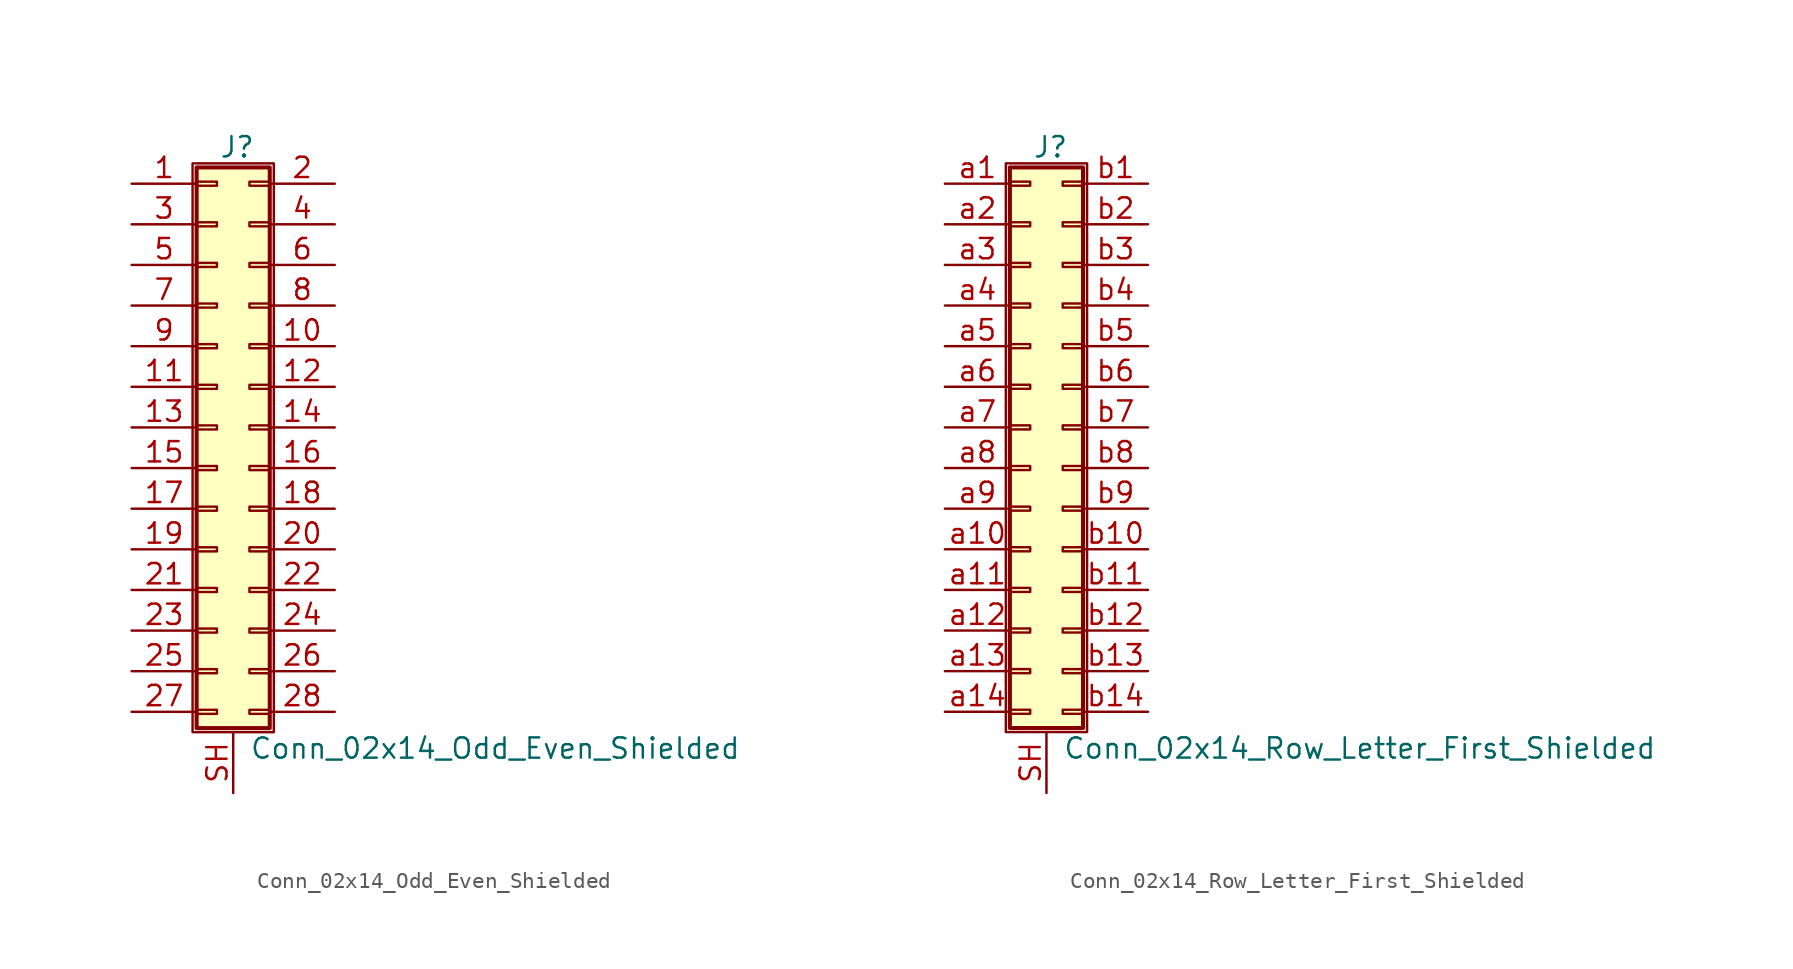
<source format=kicad_sym>
(kicad_symbol_lib
  (version 20201005)
  (generator kicad_symbol_editor)
  (symbol "Conn_02x14_Odd_Even_Shielded"
    (pin_names
      (offset 1.016) hide)
    (property "Reference" "J"
      (at 1.524 17.526 0)
      (effects (font (size 1.27 1.27))))
    (property "Value" "Conn_02x14_Odd_Even_Shielded"
      (at 2.286 -20.066 0)
      (effects (font (size 1.27 1.27)) (justify left)))
    (symbol "Conn_02x14_Odd_Even_Shielded_1_1"
      (rectangle (start -1.27 16.51) (end 3.81 -19.05) (stroke (width 0.152)) (fill (type none)))
      (rectangle (start -1.016 -17.653) (end 0.254 -17.907) (stroke (width 0.152)) (fill (type none)))
      (rectangle (start -1.016 -15.113) (end 0.254 -15.367) (stroke (width 0.152)) (fill (type none)))
      (rectangle (start -1.016 -12.573) (end 0.254 -12.827) (stroke (width 0.152)) (fill (type none)))
      (rectangle (start -1.016 -10.033) (end 0.254 -10.287) (stroke (width 0.152)) (fill (type none)))
      (rectangle (start -1.016 -7.493) (end 0.254 -7.747) (stroke (width 0.152)) (fill (type none)))
      (rectangle (start -1.016 -4.953) (end 0.254 -5.207) (stroke (width 0.152)) (fill (type none)))
      (rectangle (start -1.016 -2.413) (end 0.254 -2.667) (stroke (width 0.152)) (fill (type none)))
      (rectangle (start -1.016 0.127) (end 0.254 -0.127) (stroke (width 0.152)) (fill (type none)))
      (rectangle (start -1.016 2.667) (end 0.254 2.413) (stroke (width 0.152)) (fill (type none)))
      (rectangle (start -1.016 5.207) (end 0.254 4.953) (stroke (width 0.152)) (fill (type none)))
      (rectangle (start -1.016 7.747) (end 0.254 7.493) (stroke (width 0.152)) (fill (type none)))
      (rectangle (start -1.016 10.287) (end 0.254 10.033) (stroke (width 0.152)) (fill (type none)))
      (rectangle (start -1.016 12.827) (end 0.254 12.573) (stroke (width 0.152)) (fill (type none)))
      (rectangle (start -1.016 15.367) (end 0.254 15.113) (stroke (width 0.152)) (fill (type none)))
      (rectangle (start -1.016 16.256) (end 3.556 -18.796) (stroke (width 0.254)) (fill (type background)))
      (rectangle (start 3.556 -17.653) (end 2.286 -17.907) (stroke (width 0.152)) (fill (type none)))
      (rectangle (start 3.556 -15.113) (end 2.286 -15.367) (stroke (width 0.152)) (fill (type none)))
      (rectangle (start 3.556 -12.573) (end 2.286 -12.827) (stroke (width 0.152)) (fill (type none)))
      (rectangle (start 3.556 -10.033) (end 2.286 -10.287) (stroke (width 0.152)) (fill (type none)))
      (rectangle (start 3.556 -7.493) (end 2.286 -7.747) (stroke (width 0.152)) (fill (type none)))
      (rectangle (start 3.556 -4.953) (end 2.286 -5.207) (stroke (width 0.152)) (fill (type none)))
      (rectangle (start 3.556 -2.413) (end 2.286 -2.667) (stroke (width 0.152)) (fill (type none)))
      (rectangle (start 3.556 0.127) (end 2.286 -0.127) (stroke (width 0.152)) (fill (type none)))
      (rectangle (start 3.556 2.667) (end 2.286 2.413) (stroke (width 0.152)) (fill (type none)))
      (rectangle (start 3.556 5.207) (end 2.286 4.953) (stroke (width 0.152)) (fill (type none)))
      (rectangle (start 3.556 7.747) (end 2.286 7.493) (stroke (width 0.152)) (fill (type none)))
      (rectangle (start 3.556 10.287) (end 2.286 10.033) (stroke (width 0.152)) (fill (type none)))
      (rectangle (start 3.556 12.827) (end 2.286 12.573) (stroke (width 0.152)) (fill (type none)))
      (rectangle (start 3.556 15.367) (end 2.286 15.113) (stroke (width 0.152)) (fill (type none)))
      (pin passive line (at -5.08 15.24 0) (length 4.064) (name "Pin_1" (effects (font (size 1.27 1.27)))) (number "1" (effects (font (size 1.27 1.27)))))
      (pin passive line (at 7.62 5.08 180) (length 4.064) (name "Pin_10" (effects (font (size 1.27 1.27)))) (number "10" (effects (font (size 1.27 1.27)))))
      (pin passive line (at -5.08 2.54 0) (length 4.064) (name "Pin_11" (effects (font (size 1.27 1.27)))) (number "11" (effects (font (size 1.27 1.27)))))
      (pin passive line (at 7.62 2.54 180) (length 4.064) (name "Pin_12" (effects (font (size 1.27 1.27)))) (number "12" (effects (font (size 1.27 1.27)))))
      (pin passive line (at -5.08 0 0) (length 4.064) (name "Pin_13" (effects (font (size 1.27 1.27)))) (number "13" (effects (font (size 1.27 1.27)))))
      (pin passive line (at 7.62 0 180) (length 4.064) (name "Pin_14" (effects (font (size 1.27 1.27)))) (number "14" (effects (font (size 1.27 1.27)))))
      (pin passive line (at -5.08 -2.54 0) (length 4.064) (name "Pin_15" (effects (font (size 1.27 1.27)))) (number "15" (effects (font (size 1.27 1.27)))))
      (pin passive line (at 7.62 -2.54 180) (length 4.064) (name "Pin_16" (effects (font (size 1.27 1.27)))) (number "16" (effects (font (size 1.27 1.27)))))
      (pin passive line (at -5.08 -5.08 0) (length 4.064) (name "Pin_17" (effects (font (size 1.27 1.27)))) (number "17" (effects (font (size 1.27 1.27)))))
      (pin passive line (at 7.62 -5.08 180) (length 4.064) (name "Pin_18" (effects (font (size 1.27 1.27)))) (number "18" (effects (font (size 1.27 1.27)))))
      (pin passive line (at -5.08 -7.62 0) (length 4.064) (name "Pin_19" (effects (font (size 1.27 1.27)))) (number "19" (effects (font (size 1.27 1.27)))))
      (pin passive line (at 7.62 15.24 180) (length 4.064) (name "Pin_2" (effects (font (size 1.27 1.27)))) (number "2" (effects (font (size 1.27 1.27)))))
      (pin passive line (at 7.62 -7.62 180) (length 4.064) (name "Pin_20" (effects (font (size 1.27 1.27)))) (number "20" (effects (font (size 1.27 1.27)))))
      (pin passive line (at -5.08 -10.16 0) (length 4.064) (name "Pin_21" (effects (font (size 1.27 1.27)))) (number "21" (effects (font (size 1.27 1.27)))))
      (pin passive line (at 7.62 -10.16 180) (length 4.064) (name "Pin_22" (effects (font (size 1.27 1.27)))) (number "22" (effects (font (size 1.27 1.27)))))
      (pin passive line (at -5.08 -12.7 0) (length 4.064) (name "Pin_23" (effects (font (size 1.27 1.27)))) (number "23" (effects (font (size 1.27 1.27)))))
      (pin passive line (at 7.62 -12.7 180) (length 4.064) (name "Pin_24" (effects (font (size 1.27 1.27)))) (number "24" (effects (font (size 1.27 1.27)))))
      (pin passive line (at -5.08 -15.24 0) (length 4.064) (name "Pin_25" (effects (font (size 1.27 1.27)))) (number "25" (effects (font (size 1.27 1.27)))))
      (pin passive line (at 7.62 -15.24 180) (length 4.064) (name "Pin_26" (effects (font (size 1.27 1.27)))) (number "26" (effects (font (size 1.27 1.27)))))
      (pin passive line (at -5.08 -17.78 0) (length 4.064) (name "Pin_27" (effects (font (size 1.27 1.27)))) (number "27" (effects (font (size 1.27 1.27)))))
      (pin passive line (at 7.62 -17.78 180) (length 4.064) (name "Pin_28" (effects (font (size 1.27 1.27)))) (number "28" (effects (font (size 1.27 1.27)))))
      (pin passive line (at -5.08 12.7 0) (length 4.064) (name "Pin_3" (effects (font (size 1.27 1.27)))) (number "3" (effects (font (size 1.27 1.27)))))
      (pin passive line (at 7.62 12.7 180) (length 4.064) (name "Pin_4" (effects (font (size 1.27 1.27)))) (number "4" (effects (font (size 1.27 1.27)))))
      (pin passive line (at -5.08 10.16 0) (length 4.064) (name "Pin_5" (effects (font (size 1.27 1.27)))) (number "5" (effects (font (size 1.27 1.27)))))
      (pin passive line (at 7.62 10.16 180) (length 4.064) (name "Pin_6" (effects (font (size 1.27 1.27)))) (number "6" (effects (font (size 1.27 1.27)))))
      (pin passive line (at -5.08 7.62 0) (length 4.064) (name "Pin_7" (effects (font (size 1.27 1.27)))) (number "7" (effects (font (size 1.27 1.27)))))
      (pin passive line (at 7.62 7.62 180) (length 4.064) (name "Pin_8" (effects (font (size 1.27 1.27)))) (number "8" (effects (font (size 1.27 1.27)))))
      (pin passive line (at -5.08 5.08 0) (length 4.064) (name "Pin_9" (effects (font (size 1.27 1.27)))) (number "9" (effects (font (size 1.27 1.27)))))
      (pin passive line (at 1.27 -22.86 90) (length 3.81) (name "Shield" (effects (font (size 1.27 1.27)))) (number "SH" (effects (font (size 1.27 1.27)))))))
  (symbol "Conn_02x14_Row_Letter_First_Shielded"
    (pin_names
      (offset 1.016) hide)
    (property "Reference" "J"
      (at 1.524 17.526 0)
      (effects (font (size 1.27 1.27))))
    (property "Value" "Conn_02x14_Row_Letter_First_Shielded"
      (at 2.286 -20.066 0)
      (effects (font (size 1.27 1.27)) (justify left)))
    (symbol "Conn_02x14_Row_Letter_First_Shielded_1_1"
      (rectangle (start -1.27 16.51) (end 3.81 -19.05) (stroke (width 0.152)) (fill (type none)))
      (rectangle (start -1.016 -17.653) (end 0.254 -17.907) (stroke (width 0.152)) (fill (type none)))
      (rectangle (start -1.016 -15.113) (end 0.254 -15.367) (stroke (width 0.152)) (fill (type none)))
      (rectangle (start -1.016 -12.573) (end 0.254 -12.827) (stroke (width 0.152)) (fill (type none)))
      (rectangle (start -1.016 -10.033) (end 0.254 -10.287) (stroke (width 0.152)) (fill (type none)))
      (rectangle (start -1.016 -7.493) (end 0.254 -7.747) (stroke (width 0.152)) (fill (type none)))
      (rectangle (start -1.016 -4.953) (end 0.254 -5.207) (stroke (width 0.152)) (fill (type none)))
      (rectangle (start -1.016 -2.413) (end 0.254 -2.667) (stroke (width 0.152)) (fill (type none)))
      (rectangle (start -1.016 0.127) (end 0.254 -0.127) (stroke (width 0.152)) (fill (type none)))
      (rectangle (start -1.016 2.667) (end 0.254 2.413) (stroke (width 0.152)) (fill (type none)))
      (rectangle (start -1.016 5.207) (end 0.254 4.953) (stroke (width 0.152)) (fill (type none)))
      (rectangle (start -1.016 7.747) (end 0.254 7.493) (stroke (width 0.152)) (fill (type none)))
      (rectangle (start -1.016 10.287) (end 0.254 10.033) (stroke (width 0.152)) (fill (type none)))
      (rectangle (start -1.016 12.827) (end 0.254 12.573) (stroke (width 0.152)) (fill (type none)))
      (rectangle (start -1.016 15.367) (end 0.254 15.113) (stroke (width 0.152)) (fill (type none)))
      (rectangle (start -1.016 16.256) (end 3.556 -18.796) (stroke (width 0.254)) (fill (type background)))
      (rectangle (start 3.556 -17.653) (end 2.286 -17.907) (stroke (width 0.152)) (fill (type none)))
      (rectangle (start 3.556 -15.113) (end 2.286 -15.367) (stroke (width 0.152)) (fill (type none)))
      (rectangle (start 3.556 -12.573) (end 2.286 -12.827) (stroke (width 0.152)) (fill (type none)))
      (rectangle (start 3.556 -10.033) (end 2.286 -10.287) (stroke (width 0.152)) (fill (type none)))
      (rectangle (start 3.556 -7.493) (end 2.286 -7.747) (stroke (width 0.152)) (fill (type none)))
      (rectangle (start 3.556 -4.953) (end 2.286 -5.207) (stroke (width 0.152)) (fill (type none)))
      (rectangle (start 3.556 -2.413) (end 2.286 -2.667) (stroke (width 0.152)) (fill (type none)))
      (rectangle (start 3.556 0.127) (end 2.286 -0.127) (stroke (width 0.152)) (fill (type none)))
      (rectangle (start 3.556 2.667) (end 2.286 2.413) (stroke (width 0.152)) (fill (type none)))
      (rectangle (start 3.556 5.207) (end 2.286 4.953) (stroke (width 0.152)) (fill (type none)))
      (rectangle (start 3.556 7.747) (end 2.286 7.493) (stroke (width 0.152)) (fill (type none)))
      (rectangle (start 3.556 10.287) (end 2.286 10.033) (stroke (width 0.152)) (fill (type none)))
      (rectangle (start 3.556 12.827) (end 2.286 12.573) (stroke (width 0.152)) (fill (type none)))
      (rectangle (start 3.556 15.367) (end 2.286 15.113) (stroke (width 0.152)) (fill (type none)))
      (pin passive line (at 1.27 -22.86 90) (length 3.81) (name "Shield" (effects (font (size 1.27 1.27)))) (number "SH" (effects (font (size 1.27 1.27)))))
      (pin passive line (at -5.08 15.24 0) (length 4.064) (name "Pin_a1" (effects (font (size 1.27 1.27)))) (number "a1" (effects (font (size 1.27 1.27)))))
      (pin passive line (at -5.08 -7.62 0) (length 4.064) (name "Pin_a10" (effects (font (size 1.27 1.27)))) (number "a10" (effects (font (size 1.27 1.27)))))
      (pin passive line (at -5.08 -10.16 0) (length 4.064) (name "Pin_a11" (effects (font (size 1.27 1.27)))) (number "a11" (effects (font (size 1.27 1.27)))))
      (pin passive line (at -5.08 -12.7 0) (length 4.064) (name "Pin_a12" (effects (font (size 1.27 1.27)))) (number "a12" (effects (font (size 1.27 1.27)))))
      (pin passive line (at -5.08 -15.24 0) (length 4.064) (name "Pin_a13" (effects (font (size 1.27 1.27)))) (number "a13" (effects (font (size 1.27 1.27)))))
      (pin passive line (at -5.08 -17.78 0) (length 4.064) (name "Pin_a14" (effects (font (size 1.27 1.27)))) (number "a14" (effects (font (size 1.27 1.27)))))
      (pin passive line (at -5.08 12.7 0) (length 4.064) (name "Pin_a2" (effects (font (size 1.27 1.27)))) (number "a2" (effects (font (size 1.27 1.27)))))
      (pin passive line (at -5.08 10.16 0) (length 4.064) (name "Pin_a3" (effects (font (size 1.27 1.27)))) (number "a3" (effects (font (size 1.27 1.27)))))
      (pin passive line (at -5.08 7.62 0) (length 4.064) (name "Pin_a4" (effects (font (size 1.27 1.27)))) (number "a4" (effects (font (size 1.27 1.27)))))
      (pin passive line (at -5.08 5.08 0) (length 4.064) (name "Pin_a5" (effects (font (size 1.27 1.27)))) (number "a5" (effects (font (size 1.27 1.27)))))
      (pin passive line (at -5.08 2.54 0) (length 4.064) (name "Pin_a6" (effects (font (size 1.27 1.27)))) (number "a6" (effects (font (size 1.27 1.27)))))
      (pin passive line (at -5.08 0 0) (length 4.064) (name "Pin_a7" (effects (font (size 1.27 1.27)))) (number "a7" (effects (font (size 1.27 1.27)))))
      (pin passive line (at -5.08 -2.54 0) (length 4.064) (name "Pin_a8" (effects (font (size 1.27 1.27)))) (number "a8" (effects (font (size 1.27 1.27)))))
      (pin passive line (at -5.08 -5.08 0) (length 4.064) (name "Pin_a9" (effects (font (size 1.27 1.27)))) (number "a9" (effects (font (size 1.27 1.27)))))
      (pin passive line (at 7.62 15.24 180) (length 4.064) (name "Pin_b1" (effects (font (size 1.27 1.27)))) (number "b1" (effects (font (size 1.27 1.27)))))
      (pin passive line (at 7.62 -7.62 180) (length 4.064) (name "Pin_b10" (effects (font (size 1.27 1.27)))) (number "b10" (effects (font (size 1.27 1.27)))))
      (pin passive line (at 7.62 -10.16 180) (length 4.064) (name "Pin_b11" (effects (font (size 1.27 1.27)))) (number "b11" (effects (font (size 1.27 1.27)))))
      (pin passive line (at 7.62 -12.7 180) (length 4.064) (name "Pin_b12" (effects (font (size 1.27 1.27)))) (number "b12" (effects (font (size 1.27 1.27)))))
      (pin passive line (at 7.62 -15.24 180) (length 4.064) (name "Pin_b13" (effects (font (size 1.27 1.27)))) (number "b13" (effects (font (size 1.27 1.27)))))
      (pin passive line (at 7.62 -17.78 180) (length 4.064) (name "Pin_b14" (effects (font (size 1.27 1.27)))) (number "b14" (effects (font (size 1.27 1.27)))))
      (pin passive line (at 7.62 12.7 180) (length 4.064) (name "Pin_b2" (effects (font (size 1.27 1.27)))) (number "b2" (effects (font (size 1.27 1.27)))))
      (pin passive line (at 7.62 10.16 180) (length 4.064) (name "Pin_b3" (effects (font (size 1.27 1.27)))) (number "b3" (effects (font (size 1.27 1.27)))))
      (pin passive line (at 7.62 7.62 180) (length 4.064) (name "Pin_b4" (effects (font (size 1.27 1.27)))) (number "b4" (effects (font (size 1.27 1.27)))))
      (pin passive line (at 7.62 5.08 180) (length 4.064) (name "Pin_b5" (effects (font (size 1.27 1.27)))) (number "b5" (effects (font (size 1.27 1.27)))))
      (pin passive line (at 7.62 2.54 180) (length 4.064) (name "Pin_b6" (effects (font (size 1.27 1.27)))) (number "b6" (effects (font (size 1.27 1.27)))))
      (pin passive line (at 7.62 0 180) (length 4.064) (name "Pin_b7" (effects (font (size 1.27 1.27)))) (number "b7" (effects (font (size 1.27 1.27)))))
      (pin passive line (at 7.62 -2.54 180) (length 4.064) (name "Pin_b8" (effects (font (size 1.27 1.27)))) (number "b8" (effects (font (size 1.27 1.27)))))
      (pin passive line (at 7.62 -5.08 180) (length 4.064) (name "Pin_b9" (effects (font (size 1.27 1.27)))) (number "b9" (effects (font (size 1.27 1.27))))))))
</source>
